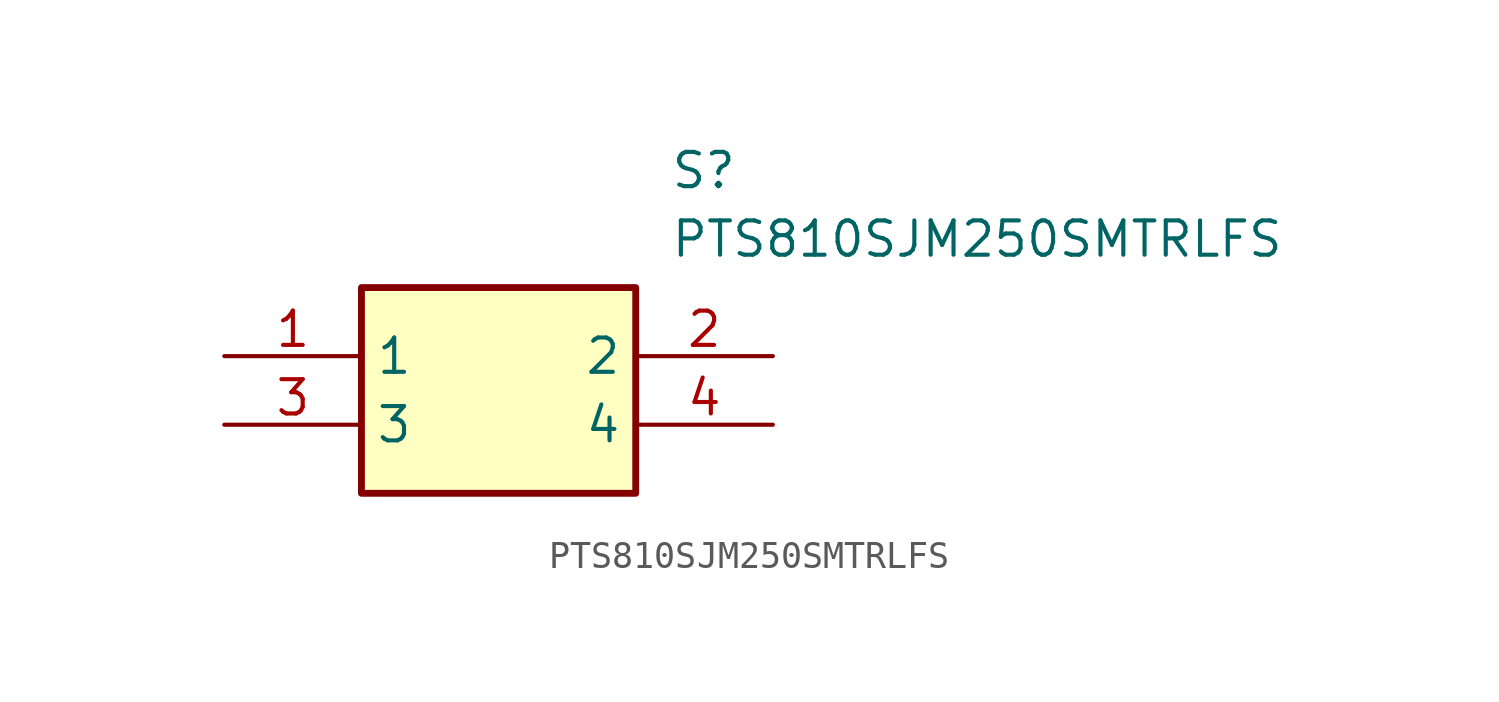
<source format=kicad_sym>
(kicad_symbol_lib
  (version 20211014)
  (generator SamacSys_ECAD_Model)
  (symbol "PTS810SJM250SMTRLFS"
    (property "Reference" "S"
      (at 16.51 7.62 0)
      (effects (font (size 1.27 1.27)) (justify left top)))
    (property "Value" "PTS810SJM250SMTRLFS"
      (at 16.51 5.08 0)
      (effects (font (size 1.27 1.27)) (justify left top)))
    (rectangle
      (start 5.08 2.54)
      (end 15.24 -5.08)
      (stroke (width 0.254) (type default))
      (fill (type background)))
    (pin passive line
      (at 0 0 0)
      (length 5.08)
      (name "1" (effects (font (size 1.27 1.27))))
      (number "1" (effects (font (size 1.27 1.27)))))
    (pin passive line
      (at 20.32 0 180)
      (length 5.08)
      (name "2" (effects (font (size 1.27 1.27))))
      (number "2" (effects (font (size 1.27 1.27)))))
    (pin passive line
      (at 0 -2.54 0)
      (length 5.08)
      (name "3" (effects (font (size 1.27 1.27))))
      (number "3" (effects (font (size 1.27 1.27)))))
    (pin passive line
      (at 20.32 -2.54 180)
      (length 5.08)
      (name "4" (effects (font (size 1.27 1.27))))
      (number "4" (effects (font (size 1.27 1.27)))))))
</source>
